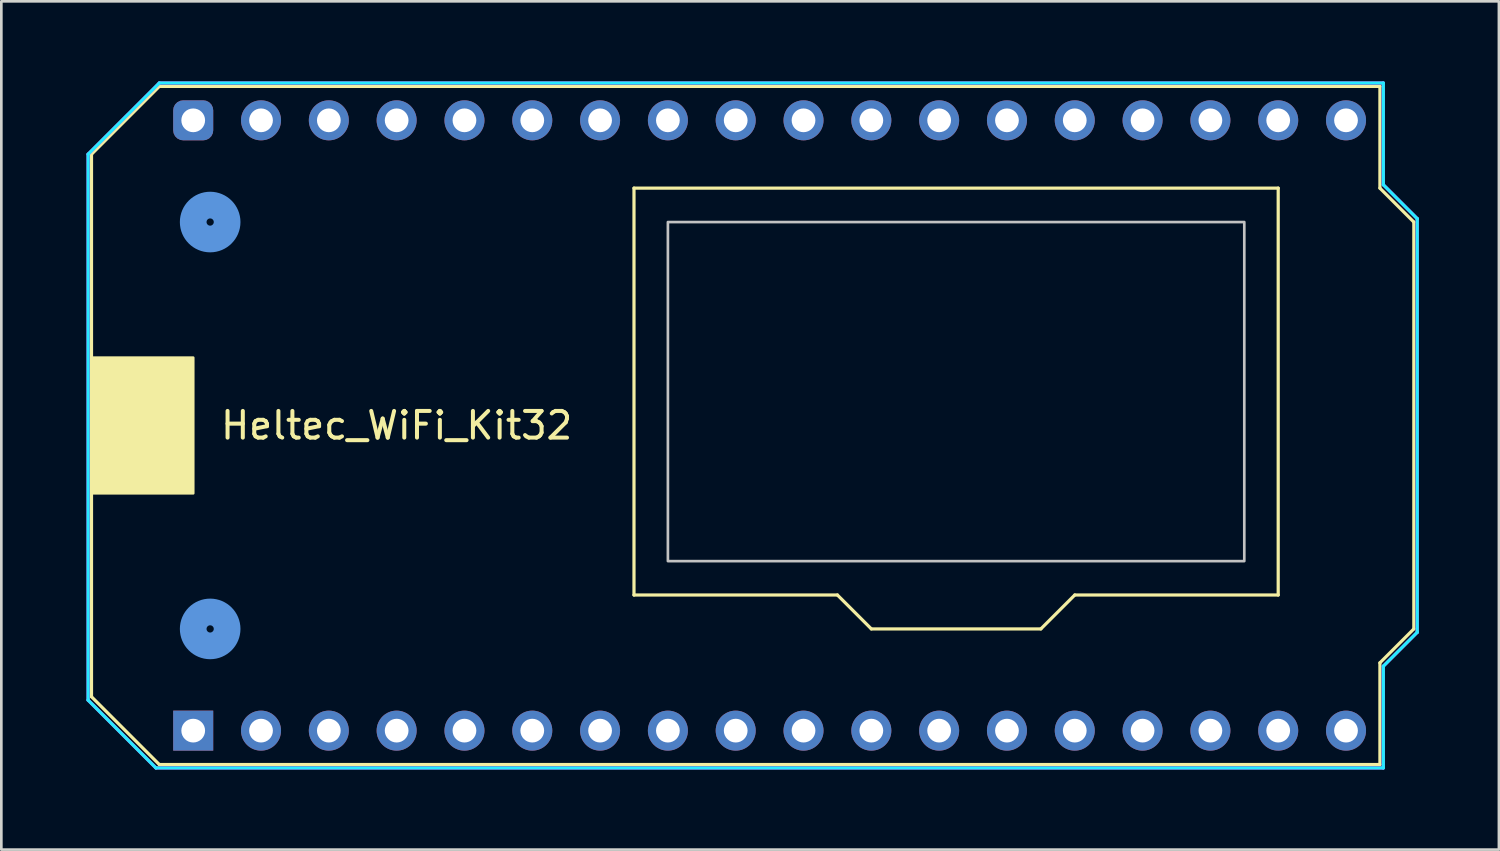
<source format=kicad_pcb>
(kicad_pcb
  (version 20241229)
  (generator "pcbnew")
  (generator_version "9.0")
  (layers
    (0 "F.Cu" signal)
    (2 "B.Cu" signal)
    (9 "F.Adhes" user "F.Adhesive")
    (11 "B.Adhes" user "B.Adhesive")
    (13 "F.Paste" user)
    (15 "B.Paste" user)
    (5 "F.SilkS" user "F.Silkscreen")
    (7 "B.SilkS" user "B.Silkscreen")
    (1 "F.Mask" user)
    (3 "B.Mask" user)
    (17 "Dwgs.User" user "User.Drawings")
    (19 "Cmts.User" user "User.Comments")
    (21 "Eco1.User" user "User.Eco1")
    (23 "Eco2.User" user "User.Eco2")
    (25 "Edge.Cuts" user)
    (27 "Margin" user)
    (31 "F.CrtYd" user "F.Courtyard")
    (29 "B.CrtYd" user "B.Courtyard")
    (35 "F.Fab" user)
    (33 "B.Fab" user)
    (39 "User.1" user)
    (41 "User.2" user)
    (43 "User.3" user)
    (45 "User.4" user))
  (footprint "Heltec_WiFi_Kit32"
    (layer "F.Cu")
    (at 0.25 12.76)
    (property "Reference" "Heltec_WiFi_Kit32" (at 11.557 0.127 0) (unlocked yes) (layer "F.SilkS") (effects (font (size 1 1) (thickness 0.15))))
    (attr through_hole)
    (fp_line (start 0.127 -10.033) (end 2.667 -12.573) (stroke (width 0.12) (type solid)) (layer "F.SilkS"))
    (fp_line (start 0.127 10.287) (end 0.127 -10.033) (stroke (width 0.12) (type solid)) (layer "F.SilkS"))
    (fp_line (start 2.667 -12.573) (end 48.387 -12.573) (stroke (width 0.12) (type solid)) (layer "F.SilkS"))
    (fp_line (start 2.667 12.827) (end 0.127 10.287) (stroke (width 0.12) (type solid)) (layer "F.SilkS"))
    (fp_line (start 20.447 -8.763) (end 20.447 6.477) (stroke (width 0.12) (type solid)) (layer "F.SilkS"))
    (fp_line (start 20.447 6.477) (end 28.067 6.477) (stroke (width 0.12) (type solid)) (layer "F.SilkS"))
    (fp_line (start 28.067 6.477) (end 29.337 7.747) (stroke (width 0.12) (type solid)) (layer "F.SilkS"))
    (fp_line (start 29.337 7.747) (end 35.687 7.747) (stroke (width 0.12) (type solid)) (layer "F.SilkS"))
    (fp_line (start 35.687 7.747) (end 36.957 6.477) (stroke (width 0.12) (type solid)) (layer "F.SilkS"))
    (fp_line (start 36.957 6.477) (end 44.577 6.477) (stroke (width 0.12) (type solid)) (layer "F.SilkS"))
    (fp_line (start 44.577 -8.763) (end 20.447 -8.763) (stroke (width 0.12) (type solid)) (layer "F.SilkS"))
    (fp_line (start 44.577 6.477) (end 44.577 -8.763) (stroke (width 0.12) (type solid)) (layer "F.SilkS"))
    (fp_line (start 48.387 -12.573) (end 48.387 -8.763) (stroke (width 0.12) (type solid)) (layer "F.SilkS"))
    (fp_line (start 48.387 -8.763) (end 49.657 -7.493) (stroke (width 0.12) (type solid)) (layer "F.SilkS"))
    (fp_line (start 48.387 9.017) (end 48.387 12.827) (stroke (width 0.12) (type solid)) (layer "F.SilkS"))
    (fp_line (start 48.387 12.827) (end 2.667 12.827) (stroke (width 0.12) (type solid)) (layer "F.SilkS"))
    (fp_line (start 49.657 -7.493) (end 49.657 7.747) (stroke (width 0.12) (type solid)) (layer "F.SilkS"))
    (fp_line (start 49.657 7.747) (end 48.387 9.017) (stroke (width 0.12) (type solid)) (layer "F.SilkS"))
    (fp_poly (pts (xy 0.127 -2.413) (xy 3.937 -2.413) (xy 3.937 2.667) (xy 0.127 2.667)) (stroke (width 0.1) (type solid)) (fill yes) (layer "F.SilkS"))
    (fp_poly (pts (xy 2.667 -8.763) (xy 6.477 -8.763) (xy 6.477 -6.223) (xy 2.667 -6.223)) (stroke (width 0.1) (type solid)) (fill yes) (layer "B.Paste"))
    (fp_poly (pts (xy 6.477 9.017) (xy 2.667 9.017) (xy 2.667 6.477) (xy 6.477 6.477)) (stroke (width 0.1) (type solid)) (fill yes) (layer "B.Paste"))
    (fp_poly (pts (xy 43.307 5.207) (xy 43.307 -7.493) (xy 21.717 -7.493) (xy 21.717 5.207)) (stroke (width 0.1) (type solid)) (fill no) (layer "Dwgs.User"))
    (fp_circle (center 4.572 -7.493) (end 3.937 -7.493) (stroke (width 1) (type solid)) (fill no) (layer "Cmts.User"))
    (fp_circle (center 4.572 7.747) (end 3.937 7.747) (stroke (width 1) (type solid)) (fill no) (layer "Cmts.User"))
    (fp_line (start 0 -10.033) (end 0 10.414) (stroke (width 0.12) (type solid)) (layer "B.CrtYd"))
    (fp_line (start 0 10.414) (end 2.54 12.954) (stroke (width 0.12) (type solid)) (layer "B.CrtYd"))
    (fp_line (start 2.54 12.954) (end 48.514 12.954) (stroke (width 0.12) (type solid)) (layer "B.CrtYd"))
    (fp_line (start 2.667 -12.7) (end 0 -10.033) (stroke (width 0.12) (type solid)) (layer "B.CrtYd"))
    (fp_line (start 48.514 -12.7) (end 2.667 -12.7) (stroke (width 0.12) (type solid)) (layer "B.CrtYd"))
    (fp_line (start 48.514 -8.89) (end 48.514 -12.7) (stroke (width 0.12) (type solid)) (layer "B.CrtYd"))
    (fp_line (start 48.514 9.144) (end 49.784 7.874) (stroke (width 0.12) (type solid)) (layer "B.CrtYd"))
    (fp_line (start 48.514 12.954) (end 48.514 9.144) (stroke (width 0.12) (type solid)) (layer "B.CrtYd"))
    (fp_line (start 49.784 -7.62) (end 48.514 -8.89) (stroke (width 0.12) (type solid)) (layer "B.CrtYd"))
    (fp_line (start 49.784 7.874) (end 49.784 -7.62) (stroke (width 0.12) (type solid)) (layer "B.CrtYd"))
    (fp_line (start 0 -10.033) (end 0 10.414) (stroke (width 0.12) (type solid)) (layer "F.CrtYd"))
    (fp_line (start 0 10.414) (end 2.54 12.954) (stroke (width 0.12) (type solid)) (layer "F.CrtYd"))
    (fp_line (start 2.54 12.954) (end 48.514 12.954) (stroke (width 0.12) (type solid)) (layer "F.CrtYd"))
    (fp_line (start 2.667 -12.7) (end 0 -10.033) (stroke (width 0.12) (type solid)) (layer "F.CrtYd"))
    (fp_line (start 48.514 -12.7) (end 2.667 -12.7) (stroke (width 0.12) (type solid)) (layer "F.CrtYd"))
    (fp_line (start 48.514 -8.89) (end 48.514 -12.7) (stroke (width 0.12) (type solid)) (layer "F.CrtYd"))
    (fp_line (start 48.514 9.144) (end 49.784 7.874) (stroke (width 0.12) (type solid)) (layer "F.CrtYd"))
    (fp_line (start 48.514 12.954) (end 48.514 9.144) (stroke (width 0.12) (type solid)) (layer "F.CrtYd"))
    (fp_line (start 49.784 -7.62) (end 48.514 -8.89) (stroke (width 0.12) (type solid)) (layer "F.CrtYd"))
    (fp_line (start 49.784 7.874) (end 49.784 -7.62) (stroke (width 0.12) (type solid)) (layer "F.CrtYd"))
    (pad "0" thru_hole circle (at 24.257 -11.303 180) (size 1.499 1.499) (drill 0.889) (layers "*.Cu" "*.Mask"))
    (pad "2" thru_hole circle (at 21.717 -11.303 180) (size 1.499 1.499) (drill 0.889) (layers "*.Cu" "*.Mask"))
    (pad "3V3" thru_hole circle (at 9.017 -11.303 180) (size 1.499 1.499) (drill 0.889) (layers "*.Cu" "*.Mask"))
    (pad "3V3" thru_hole circle (at 9.017 11.557 180) (size 1.499 1.499) (drill 0.889) (layers "*.Cu" "*.Mask"))
    (pad "4" thru_hole circle (at 26.797 -11.303 180) (size 1.499 1.499) (drill 0.889) (layers "*.Cu" "*.Mask"))
    (pad "5" thru_hole circle (at 34.417 -11.303 180) (size 1.499 1.499) (drill 0.889) (layers "*.Cu" "*.Mask"))
    (pad "5V" thru_hole circle (at 6.477 -11.303 180) (size 1.499 1.499) (drill 0.889) (layers "*.Cu" "*.Mask"))
    (pad "5V" thru_hole circle (at 6.477 11.557 180) (size 1.499 1.499) (drill 0.889) (layers "*.Cu" "*.Mask"))
    (pad "12" thru_hole circle (at 16.637 11.557 180) (size 1.499 1.499) (drill 0.889) (layers "*.Cu" "*.Mask"))
    (pad "13" thru_hole circle (at 14.097 11.557 180) (size 1.499 1.499) (drill 0.889) (layers "*.Cu" "*.Mask"))
    (pad "14" thru_hole circle (at 19.177 11.557 180) (size 1.499 1.499) (drill 0.889) (layers "*.Cu" "*.Mask"))
    (pad "15" thru_hole circle (at 19.177 -11.303 180) (size 1.499 1.499) (drill 0.889) (layers "*.Cu" "*.Mask"))
    (pad "16" thru_hole circle (at 29.337 -11.303 180) (size 1.499 1.499) (drill 0.889) (layers "*.Cu" "*.Mask"))
    (pad "17" thru_hole circle (at 31.877 -11.303 180) (size 1.499 1.499) (drill 0.889) (layers "*.Cu" "*.Mask"))
    (pad "18" thru_hole circle (at 36.957 -11.303 180) (size 1.499 1.499) (drill 0.889) (layers "*.Cu" "*.Mask"))
    (pad "19" thru_hole circle (at 42.037 -11.303 180) (size 1.499 1.499) (drill 0.889) (layers "*.Cu" "*.Mask"))
    (pad "21" thru_hole circle (at 47.117 -11.303 180) (size 1.499 1.499) (drill 0.889) (layers "*.Cu" "*.Mask"))
    (pad "22" thru_hole circle (at 44.577 -11.303 180) (size 1.499 1.499) (drill 0.889) (layers "*.Cu" "*.Mask"))
    (pad "23" thru_hole circle (at 39.497 -11.303 180) (size 1.499 1.499) (drill 0.889) (layers "*.Cu" "*.Mask"))
    (pad "25" thru_hole circle (at 26.797 11.557 180) (size 1.499 1.499) (drill 0.889) (layers "*.Cu" "*.Mask"))
    (pad "26" thru_hole circle (at 24.257 11.557 180) (size 1.499 1.499) (drill 0.889) (layers "*.Cu" "*.Mask"))
    (pad "27" thru_hole circle (at 21.717 11.557 180) (size 1.499 1.499) (drill 0.889) (layers "*.Cu" "*.Mask"))
    (pad "32" thru_hole circle (at 31.877 11.557 180) (size 1.499 1.499) (drill 0.889) (layers "*.Cu" "*.Mask"))
    (pad "33" thru_hole circle (at 29.337 11.557 180) (size 1.499 1.499) (drill 0.889) (layers "*.Cu" "*.Mask"))
    (pad "34" thru_hole circle (at 36.957 11.557 180) (size 1.499 1.499) (drill 0.889) (layers "*.Cu" "*.Mask"))
    (pad "35" thru_hole circle (at 34.417 11.557 180) (size 1.499 1.499) (drill 0.889) (layers "*.Cu" "*.Mask"))
    (pad "36" thru_hole circle (at 47.117 11.557 180) (size 1.499 1.499) (drill 0.889) (layers "*.Cu" "*.Mask"))
    (pad "37" thru_hole circle (at 44.577 11.557 180) (size 1.499 1.499) (drill 0.889) (layers "*.Cu" "*.Mask"))
    (pad "38" thru_hole circle (at 42.037 11.557 180) (size 1.499 1.499) (drill 0.889) (layers "*.Cu" "*.Mask"))
    (pad "39" thru_hole circle (at 39.497 11.557 180) (size 1.499 1.499) (drill 0.889) (layers "*.Cu" "*.Mask"))
    (pad "GND" thru_hole roundrect (at 3.937 -11.303 180) (size 1.499 1.499) (drill 0.889) (layers "*.Cu" "*.Mask") (roundrect_rratio 0.25))
    (pad "GND" thru_hole rect (at 3.937 11.557 180) (size 1.499 1.499) (drill 0.889) (layers "*.Cu" "*.Mask"))
    (pad "GND" thru_hole circle (at 11.557 -11.303 180) (size 1.499 1.499) (drill 0.889) (layers "*.Cu" "*.Mask"))
    (pad "RST" thru_hole circle (at 11.557 11.557 180) (size 1.499 1.499) (drill 0.889) (layers "*.Cu" "*.Mask"))
    (pad "RX" thru_hole circle (at 16.637 -11.303 180) (size 1.499 1.499) (drill 0.889) (layers "*.Cu" "*.Mask"))
    (pad "TX" thru_hole circle (at 14.097 -11.303 180) (size 1.499 1.499) (drill 0.889) (layers "*.Cu" "*.Mask")))
  (gr_rect
    (start -3 -3)
    (end 53.094 28.774)
    (stroke (width 0.1) (type default))
    (fill no)
    (layer "Edge.Cuts")))
</source>
